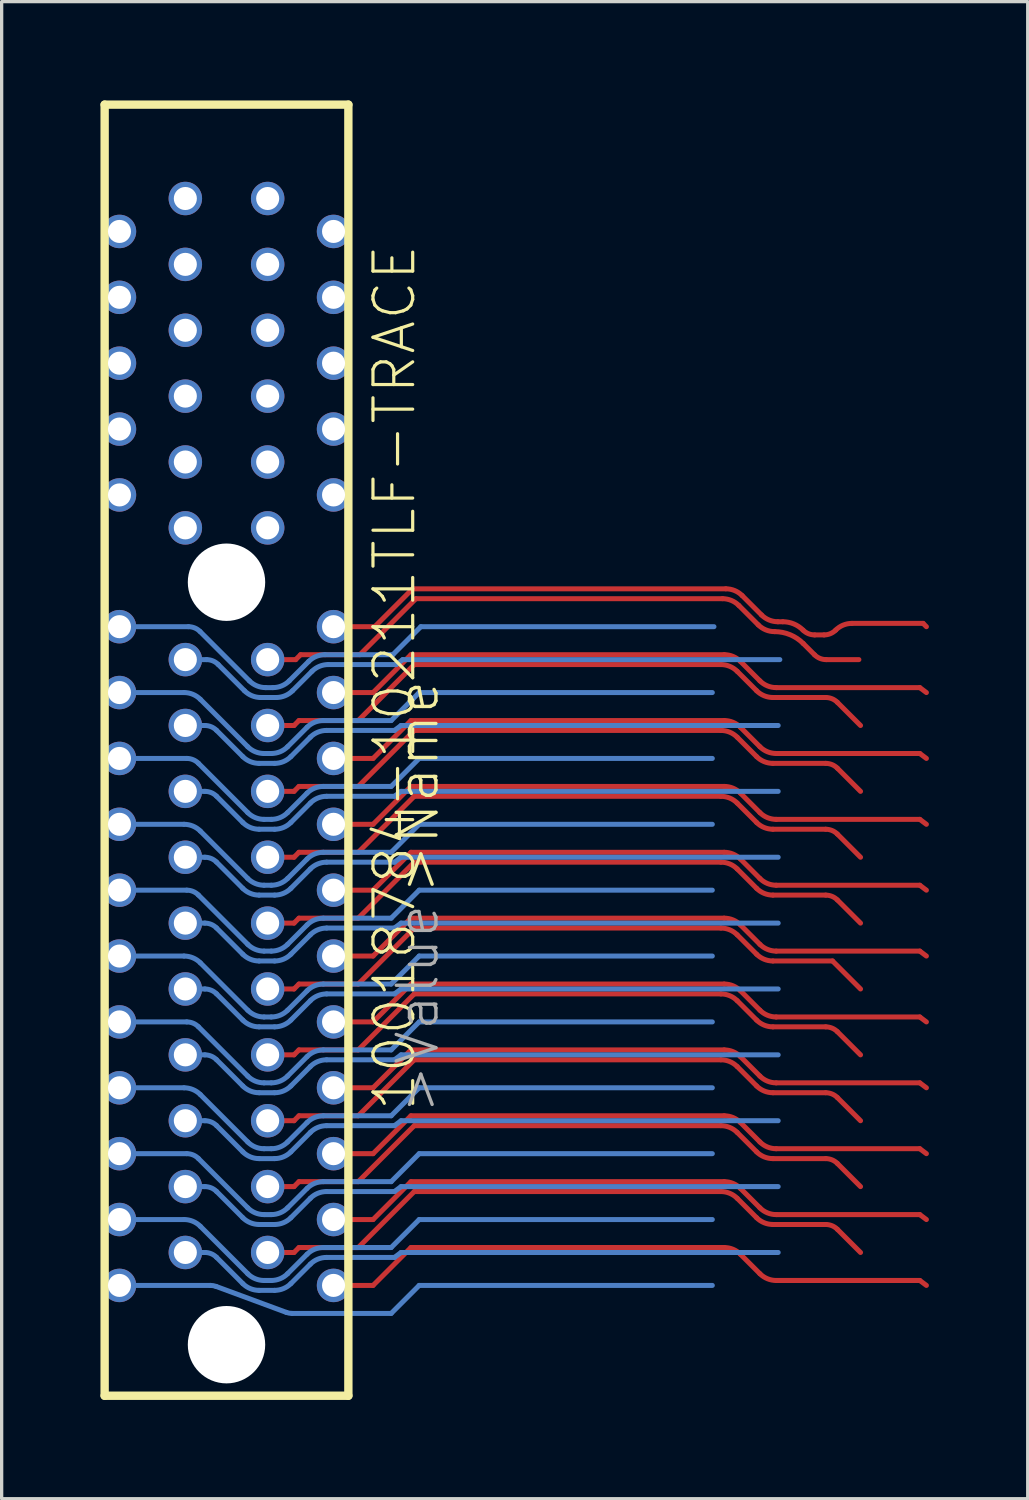
<source format=kicad_pcb>
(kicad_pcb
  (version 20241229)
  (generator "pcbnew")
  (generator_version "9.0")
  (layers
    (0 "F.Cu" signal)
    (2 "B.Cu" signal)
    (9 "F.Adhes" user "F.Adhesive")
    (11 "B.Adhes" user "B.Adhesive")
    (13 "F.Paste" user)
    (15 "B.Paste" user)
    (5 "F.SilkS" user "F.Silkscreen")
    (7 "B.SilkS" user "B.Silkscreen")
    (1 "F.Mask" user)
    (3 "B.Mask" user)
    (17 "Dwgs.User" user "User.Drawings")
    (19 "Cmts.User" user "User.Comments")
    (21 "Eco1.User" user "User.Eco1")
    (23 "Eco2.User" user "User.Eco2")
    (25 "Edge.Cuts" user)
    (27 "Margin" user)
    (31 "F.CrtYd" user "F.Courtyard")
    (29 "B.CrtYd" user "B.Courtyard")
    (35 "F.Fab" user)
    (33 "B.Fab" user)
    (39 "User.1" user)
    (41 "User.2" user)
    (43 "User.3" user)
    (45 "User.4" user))
  (footprint "10018784-10211TLF-TRACE"
    (layer "F.Cu")
    (at 3.827 1.977)
    (property "Reference" "10018784-10211TLF-TRACE" (at 5.1 15.55 90) (layer "F.SilkS") (effects (font (size 1.206 1.206) (thickness 0.097))))
    (attr through_hole)
    (fp_line (start 1.25 17) (end 2.05 17) (stroke (width 0.152) (type solid)) (layer "F.Cu"))
    (fp_line (start 1.25 19) (end 2.05 19) (stroke (width 0.152) (type solid)) (layer "F.Cu"))
    (fp_line (start 1.25 21) (end 2.05 21) (stroke (width 0.152) (type solid)) (layer "F.Cu"))
    (fp_line (start 1.25 23) (end 2.05 23) (stroke (width 0.152) (type solid)) (layer "F.Cu"))
    (fp_line (start 1.25 25) (end 2.05 25) (stroke (width 0.152) (type solid)) (layer "F.Cu"))
    (fp_line (start 1.25 27) (end 2.05 27) (stroke (width 0.152) (type solid)) (layer "F.Cu"))
    (fp_line (start 1.25 29) (end 2.05 29) (stroke (width 0.152) (type solid)) (layer "F.Cu"))
    (fp_line (start 1.25 31) (end 2.05 31) (stroke (width 0.152) (type solid)) (layer "F.Cu"))
    (fp_line (start 1.25 33) (end 2.05 33) (stroke (width 0.152) (type solid)) (layer "F.Cu"))
    (fp_line (start 1.3 15) (end 2.1 15) (stroke (width 0.152) (type solid)) (layer "F.Cu"))
    (fp_line (start 2.05 17) (end 2.2 16.85) (stroke (width 0.152) (type solid)) (layer "F.Cu"))
    (fp_line (start 2.05 19) (end 2.2 18.85) (stroke (width 0.152) (type solid)) (layer "F.Cu"))
    (fp_line (start 2.05 21) (end 2.2 20.85) (stroke (width 0.152) (type solid)) (layer "F.Cu"))
    (fp_line (start 2.05 23) (end 2.2 22.85) (stroke (width 0.152) (type solid)) (layer "F.Cu"))
    (fp_line (start 2.05 25) (end 2.2 24.85) (stroke (width 0.152) (type solid)) (layer "F.Cu"))
    (fp_line (start 2.05 27) (end 2.2 26.85) (stroke (width 0.152) (type solid)) (layer "F.Cu"))
    (fp_line (start 2.05 29) (end 2.2 28.85) (stroke (width 0.152) (type solid)) (layer "F.Cu"))
    (fp_line (start 2.05 31) (end 2.2 30.85) (stroke (width 0.152) (type solid)) (layer "F.Cu"))
    (fp_line (start 2.05 33) (end 2.2 32.85) (stroke (width 0.152) (type solid)) (layer "F.Cu"))
    (fp_line (start 2.1 15) (end 2.25 14.85) (stroke (width 0.152) (type solid)) (layer "F.Cu"))
    (fp_line (start 2.2 16.85) (end 4 16.85) (stroke (width 0.152) (type solid)) (layer "F.Cu"))
    (fp_line (start 2.2 18.85) (end 4 18.85) (stroke (width 0.152) (type solid)) (layer "F.Cu"))
    (fp_line (start 2.2 20.85) (end 4 20.85) (stroke (width 0.152) (type solid)) (layer "F.Cu"))
    (fp_line (start 2.2 22.85) (end 4 22.85) (stroke (width 0.152) (type solid)) (layer "F.Cu"))
    (fp_line (start 2.2 24.85) (end 4 24.85) (stroke (width 0.152) (type solid)) (layer "F.Cu"))
    (fp_line (start 2.2 26.85) (end 4 26.85) (stroke (width 0.152) (type solid)) (layer "F.Cu"))
    (fp_line (start 2.2 28.85) (end 4 28.85) (stroke (width 0.152) (type solid)) (layer "F.Cu"))
    (fp_line (start 2.2 30.85) (end 4 30.85) (stroke (width 0.152) (type solid)) (layer "F.Cu"))
    (fp_line (start 2.2 32.85) (end 4 32.85) (stroke (width 0.152) (type solid)) (layer "F.Cu"))
    (fp_line (start 2.25 14.85) (end 4.05 14.85) (stroke (width 0.152) (type solid)) (layer "F.Cu"))
    (fp_line (start 3.25 16) (end 4.45 16) (stroke (width 0.152) (type solid)) (layer "F.Cu"))
    (fp_line (start 3.25 18) (end 4.45 18) (stroke (width 0.152) (type solid)) (layer "F.Cu"))
    (fp_line (start 3.25 20) (end 4.45 20) (stroke (width 0.152) (type solid)) (layer "F.Cu"))
    (fp_line (start 3.25 22) (end 4.45 22) (stroke (width 0.152) (type solid)) (layer "F.Cu"))
    (fp_line (start 3.25 24) (end 4.45 24) (stroke (width 0.152) (type solid)) (layer "F.Cu"))
    (fp_line (start 3.25 26) (end 4.45 26) (stroke (width 0.152) (type solid)) (layer "F.Cu"))
    (fp_line (start 3.25 28) (end 4.45 28) (stroke (width 0.152) (type solid)) (layer "F.Cu"))
    (fp_line (start 3.25 30) (end 4.45 30) (stroke (width 0.152) (type solid)) (layer "F.Cu"))
    (fp_line (start 3.25 32) (end 4.45 32) (stroke (width 0.152) (type solid)) (layer "F.Cu"))
    (fp_line (start 3.25 34) (end 4.45 34) (stroke (width 0.152) (type solid)) (layer "F.Cu"))
    (fp_line (start 3.3 14) (end 4.5 14) (stroke (width 0.152) (type solid)) (layer "F.Cu"))
    (fp_line (start 4 16.85) (end 5.7 15.15) (stroke (width 0.152) (type solid)) (layer "F.Cu"))
    (fp_line (start 4 18.85) (end 5.7 17.15) (stroke (width 0.152) (type solid)) (layer "F.Cu"))
    (fp_line (start 4 20.85) (end 5.7 19.15) (stroke (width 0.152) (type solid)) (layer "F.Cu"))
    (fp_line (start 4 22.85) (end 5.7 21.15) (stroke (width 0.152) (type solid)) (layer "F.Cu"))
    (fp_line (start 4 24.85) (end 5.7 23.15) (stroke (width 0.152) (type solid)) (layer "F.Cu"))
    (fp_line (start 4 26.85) (end 5.7 25.15) (stroke (width 0.152) (type solid)) (layer "F.Cu"))
    (fp_line (start 4 28.85) (end 5.7 27.15) (stroke (width 0.152) (type solid)) (layer "F.Cu"))
    (fp_line (start 4 30.85) (end 5.7 29.15) (stroke (width 0.152) (type solid)) (layer "F.Cu"))
    (fp_line (start 4 32.85) (end 5.7 31.15) (stroke (width 0.152) (type solid)) (layer "F.Cu"))
    (fp_line (start 4.05 14.85) (end 5.75 13.15) (stroke (width 0.152) (type solid)) (layer "F.Cu"))
    (fp_line (start 4.45 16) (end 5.6 14.85) (stroke (width 0.152) (type solid)) (layer "F.Cu"))
    (fp_line (start 4.45 18) (end 5.6 16.85) (stroke (width 0.152) (type solid)) (layer "F.Cu"))
    (fp_line (start 4.45 20) (end 5.6 18.85) (stroke (width 0.152) (type solid)) (layer "F.Cu"))
    (fp_line (start 4.45 22) (end 5.6 20.85) (stroke (width 0.152) (type solid)) (layer "F.Cu"))
    (fp_line (start 4.45 24) (end 5.6 22.85) (stroke (width 0.152) (type solid)) (layer "F.Cu"))
    (fp_line (start 4.45 26) (end 5.6 24.85) (stroke (width 0.152) (type solid)) (layer "F.Cu"))
    (fp_line (start 4.45 28) (end 5.6 26.85) (stroke (width 0.152) (type solid)) (layer "F.Cu"))
    (fp_line (start 4.45 30) (end 5.6 28.85) (stroke (width 0.152) (type solid)) (layer "F.Cu"))
    (fp_line (start 4.45 32) (end 5.6 30.85) (stroke (width 0.152) (type solid)) (layer "F.Cu"))
    (fp_line (start 4.45 34) (end 5.6 32.85) (stroke (width 0.152) (type solid)) (layer "F.Cu"))
    (fp_line (start 4.5 14) (end 5.65 12.85) (stroke (width 0.152) (type solid)) (layer "F.Cu"))
    (fp_line (start 5.6 14.85) (end 15.11 14.85) (stroke (width 0.152) (type solid)) (layer "F.Cu"))
    (fp_line (start 5.6 16.85) (end 15.11 16.85) (stroke (width 0.152) (type solid)) (layer "F.Cu"))
    (fp_line (start 5.6 18.85) (end 15.11 18.85) (stroke (width 0.152) (type solid)) (layer "F.Cu"))
    (fp_line (start 5.6 20.85) (end 15.11 20.85) (stroke (width 0.152) (type solid)) (layer "F.Cu"))
    (fp_line (start 5.6 22.85) (end 15.11 22.85) (stroke (width 0.152) (type solid)) (layer "F.Cu"))
    (fp_line (start 5.6 24.85) (end 15.11 24.85) (stroke (width 0.152) (type solid)) (layer "F.Cu"))
    (fp_line (start 5.6 26.85) (end 15.11 26.85) (stroke (width 0.152) (type solid)) (layer "F.Cu"))
    (fp_line (start 5.6 28.85) (end 15.11 28.85) (stroke (width 0.152) (type solid)) (layer "F.Cu"))
    (fp_line (start 5.6 30.85) (end 15.11 30.85) (stroke (width 0.152) (type solid)) (layer "F.Cu"))
    (fp_line (start 5.6 32.85) (end 15.11 32.85) (stroke (width 0.152) (type solid)) (layer "F.Cu"))
    (fp_line (start 5.65 12.85) (end 15.16 12.85) (stroke (width 0.152) (type solid)) (layer "F.Cu"))
    (fp_line (start 5.7 15.15) (end 15.01 15.15) (stroke (width 0.152) (type solid)) (layer "F.Cu"))
    (fp_line (start 5.7 17.15) (end 15.01 17.15) (stroke (width 0.152) (type solid)) (layer "F.Cu"))
    (fp_line (start 5.7 19.15) (end 15.01 19.15) (stroke (width 0.152) (type solid)) (layer "F.Cu"))
    (fp_line (start 5.7 21.15) (end 15.01 21.15) (stroke (width 0.152) (type solid)) (layer "F.Cu"))
    (fp_line (start 5.7 23.15) (end 15.01 23.15) (stroke (width 0.152) (type solid)) (layer "F.Cu"))
    (fp_line (start 5.7 25.15) (end 15.01 25.15) (stroke (width 0.152) (type solid)) (layer "F.Cu"))
    (fp_line (start 5.7 27.15) (end 15.01 27.15) (stroke (width 0.152) (type solid)) (layer "F.Cu"))
    (fp_line (start 5.7 29.15) (end 15.01 29.15) (stroke (width 0.152) (type solid)) (layer "F.Cu"))
    (fp_line (start 5.7 31.15) (end 15.01 31.15) (stroke (width 0.152) (type solid)) (layer "F.Cu"))
    (fp_line (start 5.75 13.15) (end 15.06 13.15) (stroke (width 0.152) (type solid)) (layer "F.Cu"))
    (fp_line (start 15.505 15.355) (end 16.095 15.945) (stroke (width 0.152) (type solid)) (layer "F.Cu"))
    (fp_line (start 15.505 17.355) (end 16.095 17.945) (stroke (width 0.152) (type solid)) (layer "F.Cu"))
    (fp_line (start 15.505 19.355) (end 16.095 19.945) (stroke (width 0.152) (type solid)) (layer "F.Cu"))
    (fp_line (start 15.505 21.355) (end 16.095 21.945) (stroke (width 0.152) (type solid)) (layer "F.Cu"))
    (fp_line (start 15.505 23.355) (end 16.095 23.945) (stroke (width 0.152) (type solid)) (layer "F.Cu"))
    (fp_line (start 15.505 25.355) (end 16.095 25.945) (stroke (width 0.152) (type solid)) (layer "F.Cu"))
    (fp_line (start 15.505 27.355) (end 16.095 27.945) (stroke (width 0.152) (type solid)) (layer "F.Cu"))
    (fp_line (start 15.505 29.355) (end 16.095 29.945) (stroke (width 0.152) (type solid)) (layer "F.Cu"))
    (fp_line (start 15.505 31.355) (end 16.095 31.945) (stroke (width 0.152) (type solid)) (layer "F.Cu"))
    (fp_line (start 15.555 13.355) (end 16.145 13.945) (stroke (width 0.152) (type solid)) (layer "F.Cu"))
    (fp_line (start 15.605 15.055) (end 16.195 15.645) (stroke (width 0.152) (type solid)) (layer "F.Cu"))
    (fp_line (start 15.605 17.055) (end 16.195 17.645) (stroke (width 0.152) (type solid)) (layer "F.Cu"))
    (fp_line (start 15.605 19.055) (end 16.195 19.645) (stroke (width 0.152) (type solid)) (layer "F.Cu"))
    (fp_line (start 15.605 21.055) (end 16.195 21.645) (stroke (width 0.152) (type solid)) (layer "F.Cu"))
    (fp_line (start 15.605 23.055) (end 16.195 23.645) (stroke (width 0.152) (type solid)) (layer "F.Cu"))
    (fp_line (start 15.605 25.055) (end 16.195 25.645) (stroke (width 0.152) (type solid)) (layer "F.Cu"))
    (fp_line (start 15.605 27.055) (end 16.195 27.645) (stroke (width 0.152) (type solid)) (layer "F.Cu"))
    (fp_line (start 15.605 29.055) (end 16.195 29.645) (stroke (width 0.152) (type solid)) (layer "F.Cu"))
    (fp_line (start 15.605 31.055) (end 16.195 31.645) (stroke (width 0.152) (type solid)) (layer "F.Cu"))
    (fp_line (start 15.605 33.055) (end 16.195 33.645) (stroke (width 0.152) (type solid)) (layer "F.Cu"))
    (fp_line (start 15.655 13.055) (end 16.245 13.645) (stroke (width 0.152) (type solid)) (layer "F.Cu"))
    (fp_line (start 16.59 16.15) (end 18.193 16.15) (stroke (width 0.152) (type solid)) (layer "F.Cu"))
    (fp_line (start 16.59 18.15) (end 18.193 18.15) (stroke (width 0.152) (type solid)) (layer "F.Cu"))
    (fp_line (start 16.59 20.15) (end 18.193 20.15) (stroke (width 0.152) (type solid)) (layer "F.Cu"))
    (fp_line (start 16.59 22.15) (end 18.193 22.15) (stroke (width 0.152) (type solid)) (layer "F.Cu"))
    (fp_line (start 16.59 24.15) (end 18.4 24.15) (stroke (width 0.152) (type solid)) (layer "F.Cu"))
    (fp_line (start 16.59 26.15) (end 18.193 26.15) (stroke (width 0.152) (type solid)) (layer "F.Cu"))
    (fp_line (start 16.59 28.15) (end 18.193 28.15) (stroke (width 0.152) (type solid)) (layer "F.Cu"))
    (fp_line (start 16.59 30.15) (end 18.193 30.15) (stroke (width 0.152) (type solid)) (layer "F.Cu"))
    (fp_line (start 16.59 32.15) (end 18.193 32.15) (stroke (width 0.152) (type solid)) (layer "F.Cu"))
    (fp_line (start 16.69 15.85) (end 21.05 15.85) (stroke (width 0.152) (type solid)) (layer "F.Cu"))
    (fp_line (start 16.69 17.85) (end 21.05 17.85) (stroke (width 0.152) (type solid)) (layer "F.Cu"))
    (fp_line (start 16.69 19.85) (end 21.05 19.85) (stroke (width 0.152) (type solid)) (layer "F.Cu"))
    (fp_line (start 16.69 21.85) (end 21.05 21.85) (stroke (width 0.152) (type solid)) (layer "F.Cu"))
    (fp_line (start 16.69 23.85) (end 21.05 23.85) (stroke (width 0.152) (type solid)) (layer "F.Cu"))
    (fp_line (start 16.69 25.85) (end 21.05 25.85) (stroke (width 0.152) (type solid)) (layer "F.Cu"))
    (fp_line (start 16.69 27.85) (end 21.05 27.85) (stroke (width 0.152) (type solid)) (layer "F.Cu"))
    (fp_line (start 16.69 29.85) (end 21.05 29.85) (stroke (width 0.152) (type solid)) (layer "F.Cu"))
    (fp_line (start 16.69 31.85) (end 21.05 31.85) (stroke (width 0.152) (type solid)) (layer "F.Cu"))
    (fp_line (start 16.69 33.85) (end 21.05 33.85) (stroke (width 0.152) (type solid)) (layer "F.Cu"))
    (fp_line (start 16.74 13.85) (end 16.891 13.85) (stroke (width 0.152) (type solid)) (layer "F.Cu"))
    (fp_line (start 17.511 14.511) (end 17.854 14.854) (stroke (width 0.152) (type solid)) (layer "F.Cu"))
    (fp_line (start 17.857 14.25) (end 18.143 14.25) (stroke (width 0.152) (type solid)) (layer "F.Cu"))
    (fp_line (start 18.207 15) (end 19.2 15) (stroke (width 0.152) (type solid)) (layer "F.Cu"))
    (fp_line (start 18.4 24.15) (end 19.25 25) (stroke (width 0.152) (type solid)) (layer "F.Cu"))
    (fp_line (start 18.546 16.296) (end 19.25 17) (stroke (width 0.152) (type solid)) (layer "F.Cu"))
    (fp_line (start 18.546 18.296) (end 19.25 19) (stroke (width 0.152) (type solid)) (layer "F.Cu"))
    (fp_line (start 18.546 20.296) (end 19.25 21) (stroke (width 0.152) (type solid)) (layer "F.Cu"))
    (fp_line (start 18.546 22.296) (end 19.25 23) (stroke (width 0.152) (type solid)) (layer "F.Cu"))
    (fp_line (start 18.546 26.296) (end 19.25 27) (stroke (width 0.152) (type solid)) (layer "F.Cu"))
    (fp_line (start 18.546 28.296) (end 19.25 29) (stroke (width 0.152) (type solid)) (layer "F.Cu"))
    (fp_line (start 18.546 30.296) (end 19.25 31) (stroke (width 0.152) (type solid)) (layer "F.Cu"))
    (fp_line (start 18.546 32.296) (end 19.25 33) (stroke (width 0.152) (type solid)) (layer "F.Cu"))
    (fp_line (start 18.988 13.9) (end 21.15 13.9) (stroke (width 0.152) (type solid)) (layer "F.Cu"))
    (fp_line (start 21.05 15.85) (end 21.25 16) (stroke (width 0.152) (type solid)) (layer "F.Cu"))
    (fp_line (start 21.05 17.85) (end 21.25 18) (stroke (width 0.152) (type solid)) (layer "F.Cu"))
    (fp_line (start 21.05 19.85) (end 21.25 20) (stroke (width 0.152) (type solid)) (layer "F.Cu"))
    (fp_line (start 21.05 21.85) (end 21.25 22) (stroke (width 0.152) (type solid)) (layer "F.Cu"))
    (fp_line (start 21.05 23.85) (end 21.25 24) (stroke (width 0.152) (type solid)) (layer "F.Cu"))
    (fp_line (start 21.05 25.85) (end 21.25 26) (stroke (width 0.152) (type solid)) (layer "F.Cu"))
    (fp_line (start 21.05 27.85) (end 21.25 28) (stroke (width 0.152) (type solid)) (layer "F.Cu"))
    (fp_line (start 21.05 29.85) (end 21.25 30) (stroke (width 0.152) (type solid)) (layer "F.Cu"))
    (fp_line (start 21.05 31.85) (end 21.25 32) (stroke (width 0.152) (type solid)) (layer "F.Cu"))
    (fp_line (start 21.05 33.85) (end 21.25 34) (stroke (width 0.152) (type solid)) (layer "F.Cu"))
    (fp_line (start 21.15 13.9) (end 21.25 14) (stroke (width 0.152) (type solid)) (layer "F.Cu"))
    (fp_arc (start 15.01005 15.15) (mid 15.277928 15.203285) (end 15.505024 15.355026) (stroke (width 0.1524) (type solid)) (layer "F.Cu"))
    (fp_arc (start 15.01005 17.15) (mid 15.277928 17.203285) (end 15.505024 17.355026) (stroke (width 0.1524) (type solid)) (layer "F.Cu"))
    (fp_arc (start 15.01005 19.15) (mid 15.277928 19.203285) (end 15.505024 19.355026) (stroke (width 0.1524) (type solid)) (layer "F.Cu"))
    (fp_arc (start 15.01005 21.15) (mid 15.277928 21.203285) (end 15.505024 21.355026) (stroke (width 0.1524) (type solid)) (layer "F.Cu"))
    (fp_arc (start 15.01005 23.15) (mid 15.277928 23.203285) (end 15.505024 23.355026) (stroke (width 0.1524) (type solid)) (layer "F.Cu"))
    (fp_arc (start 15.01005 25.15) (mid 15.277928 25.203285) (end 15.505024 25.355026) (stroke (width 0.1524) (type solid)) (layer "F.Cu"))
    (fp_arc (start 15.01005 27.15) (mid 15.277928 27.203285) (end 15.505024 27.355026) (stroke (width 0.1524) (type solid)) (layer "F.Cu"))
    (fp_arc (start 15.01005 29.15) (mid 15.277928 29.203285) (end 15.505024 29.355026) (stroke (width 0.1524) (type solid)) (layer "F.Cu"))
    (fp_arc (start 15.01005 31.15) (mid 15.277928 31.203285) (end 15.505024 31.355026) (stroke (width 0.1524) (type solid)) (layer "F.Cu"))
    (fp_arc (start 15.06005 13.15) (mid 15.327928 13.203285) (end 15.555024 13.355026) (stroke (width 0.1524) (type solid)) (layer "F.Cu"))
    (fp_arc (start 15.11005 14.85) (mid 15.377928 14.903285) (end 15.605024 15.055026) (stroke (width 0.1524) (type solid)) (layer "F.Cu"))
    (fp_arc (start 15.11005 16.85) (mid 15.377928 16.903285) (end 15.605024 17.055026) (stroke (width 0.1524) (type solid)) (layer "F.Cu"))
    (fp_arc (start 15.11005 18.85) (mid 15.377928 18.903285) (end 15.605024 19.055026) (stroke (width 0.1524) (type solid)) (layer "F.Cu"))
    (fp_arc (start 15.11005 20.85) (mid 15.377928 20.903285) (end 15.605024 21.055026) (stroke (width 0.1524) (type solid)) (layer "F.Cu"))
    (fp_arc (start 15.11005 22.85) (mid 15.377928 22.903285) (end 15.605024 23.055026) (stroke (width 0.1524) (type solid)) (layer "F.Cu"))
    (fp_arc (start 15.11005 24.85) (mid 15.377928 24.903285) (end 15.605024 25.055026) (stroke (width 0.1524) (type solid)) (layer "F.Cu"))
    (fp_arc (start 15.11005 26.85) (mid 15.377928 26.903285) (end 15.605024 27.055026) (stroke (width 0.1524) (type solid)) (layer "F.Cu"))
    (fp_arc (start 15.11005 28.85) (mid 15.377928 28.903285) (end 15.605024 29.055026) (stroke (width 0.1524) (type solid)) (layer "F.Cu"))
    (fp_arc (start 15.11005 30.85) (mid 15.377928 30.903285) (end 15.605024 31.055026) (stroke (width 0.1524) (type solid)) (layer "F.Cu"))
    (fp_arc (start 15.11005 32.85) (mid 15.377928 32.903285) (end 15.605024 33.055026) (stroke (width 0.1524) (type solid)) (layer "F.Cu"))
    (fp_arc (start 15.16005 12.85) (mid 15.427928 12.903285) (end 15.655024 13.055026) (stroke (width 0.1524) (type solid)) (layer "F.Cu"))
    (fp_arc (start 16.58995 16.149999) (mid 16.322072 16.096715) (end 16.094975 15.944975) (stroke (width 0.1524) (type solid)) (layer "F.Cu"))
    (fp_arc (start 16.58995 18.149999) (mid 16.322072 18.096715) (end 16.094975 17.944975) (stroke (width 0.1524) (type solid)) (layer "F.Cu"))
    (fp_arc (start 16.58995 20.149999) (mid 16.322072 20.096715) (end 16.094975 19.944975) (stroke (width 0.1524) (type solid)) (layer "F.Cu"))
    (fp_arc (start 16.58995 22.149999) (mid 16.322072 22.096715) (end 16.094975 21.944975) (stroke (width 0.1524) (type solid)) (layer "F.Cu"))
    (fp_arc (start 16.58995 24.149999) (mid 16.322072 24.096715) (end 16.094975 23.944975) (stroke (width 0.1524) (type solid)) (layer "F.Cu"))
    (fp_arc (start 16.58995 26.149999) (mid 16.322072 26.096715) (end 16.094975 25.944975) (stroke (width 0.1524) (type solid)) (layer "F.Cu"))
    (fp_arc (start 16.58995 28.149999) (mid 16.322072 28.096715) (end 16.094975 27.944975) (stroke (width 0.1524) (type solid)) (layer "F.Cu"))
    (fp_arc (start 16.58995 30.149999) (mid 16.322072 30.096715) (end 16.094975 29.944975) (stroke (width 0.1524) (type solid)) (layer "F.Cu"))
    (fp_arc (start 16.58995 32.149999) (mid 16.322072 32.096715) (end 16.094975 31.944975) (stroke (width 0.1524) (type solid)) (layer "F.Cu"))
    (fp_arc (start 16.63995 14.149999) (mid 16.372072 14.096715) (end 16.144975 13.944975) (stroke (width 0.1524) (type solid)) (layer "F.Cu"))
    (fp_arc (start 16.63995 14.15) (mid 17.111174 14.243732) (end 17.510658 14.510659) (stroke (width 0.1524) (type solid)) (layer "F.Cu"))
    (fp_arc (start 16.68995 15.849999) (mid 16.422072 15.796715) (end 16.194975 15.644975) (stroke (width 0.1524) (type solid)) (layer "F.Cu"))
    (fp_arc (start 16.68995 17.849999) (mid 16.422072 17.796715) (end 16.194975 17.644975) (stroke (width 0.1524) (type solid)) (layer "F.Cu"))
    (fp_arc (start 16.68995 19.849999) (mid 16.422072 19.796715) (end 16.194975 19.644975) (stroke (width 0.1524) (type solid)) (layer "F.Cu"))
    (fp_arc (start 16.68995 21.849999) (mid 16.422072 21.796715) (end 16.194975 21.644975) (stroke (width 0.1524) (type solid)) (layer "F.Cu"))
    (fp_arc (start 16.68995 23.849999) (mid 16.422072 23.796715) (end 16.194975 23.644975) (stroke (width 0.1524) (type solid)) (layer "F.Cu"))
    (fp_arc (start 16.68995 25.849999) (mid 16.422072 25.796715) (end 16.194975 25.644975) (stroke (width 0.1524) (type solid)) (layer "F.Cu"))
    (fp_arc (start 16.68995 27.849999) (mid 16.422072 27.796715) (end 16.194975 27.644975) (stroke (width 0.1524) (type solid)) (layer "F.Cu"))
    (fp_arc (start 16.68995 29.849999) (mid 16.422072 29.796715) (end 16.194975 29.644975) (stroke (width 0.1524) (type solid)) (layer "F.Cu"))
    (fp_arc (start 16.68995 31.849999) (mid 16.422072 31.796715) (end 16.194975 31.644975) (stroke (width 0.1524) (type solid)) (layer "F.Cu"))
    (fp_arc (start 16.68995 33.849999) (mid 16.422072 33.796715) (end 16.194975 33.644975) (stroke (width 0.1524) (type solid)) (layer "F.Cu"))
    (fp_arc (start 16.73995 13.849999) (mid 16.472072 13.796715) (end 16.244975 13.644975) (stroke (width 0.1524) (type solid)) (layer "F.Cu"))
    (fp_arc (start 16.891421 13.85) (mid 17.222704 13.915896) (end 17.503552 14.103553) (stroke (width 0.1524) (type solid)) (layer "F.Cu"))
    (fp_arc (start 17.857107 14.249999) (mid 17.665765 14.211939) (end 17.503553 14.103553) (stroke (width 0.1524) (type solid)) (layer "F.Cu"))
    (fp_arc (start 18.192893 16.15) (mid 18.384234 16.18806) (end 18.546446 16.296446) (stroke (width 0.1524) (type solid)) (layer "F.Cu"))
    (fp_arc (start 18.192893 18.15) (mid 18.384234 18.18806) (end 18.546446 18.296446) (stroke (width 0.1524) (type solid)) (layer "F.Cu"))
    (fp_arc (start 18.192893 20.15) (mid 18.384234 20.18806) (end 18.546446 20.296446) (stroke (width 0.1524) (type solid)) (layer "F.Cu"))
    (fp_arc (start 18.192893 22.15) (mid 18.384234 22.18806) (end 18.546446 22.296446) (stroke (width 0.1524) (type solid)) (layer "F.Cu"))
    (fp_arc (start 18.192893 26.15) (mid 18.384234 26.18806) (end 18.546446 26.296446) (stroke (width 0.1524) (type solid)) (layer "F.Cu"))
    (fp_arc (start 18.192893 28.15) (mid 18.384234 28.18806) (end 18.546446 28.296446) (stroke (width 0.1524) (type solid)) (layer "F.Cu"))
    (fp_arc (start 18.192893 30.15) (mid 18.384234 30.18806) (end 18.546446 30.296446) (stroke (width 0.1524) (type solid)) (layer "F.Cu"))
    (fp_arc (start 18.192893 32.15) (mid 18.384234 32.18806) (end 18.546446 32.296446) (stroke (width 0.1524) (type solid)) (layer "F.Cu"))
    (fp_arc (start 18.207107 14.999999) (mid 18.015765 14.961939) (end 17.853553 14.853553) (stroke (width 0.1524) (type solid)) (layer "F.Cu"))
    (fp_arc (start 18.496446 14.103553) (mid 18.721912 13.952902) (end 18.987867 13.9) (stroke (width 0.1524) (type solid)) (layer "F.Cu"))
    (fp_arc (start 18.496447 14.103552) (mid 18.334235 14.211939) (end 18.142893 14.25) (stroke (width 0.1524) (type solid)) (layer "F.Cu"))
    (fp_line (start -3.25 16) (end -1.29 16) (stroke (width 0.152) (type solid)) (layer "B.Cu"))
    (fp_line (start -3.25 18) (end -1.207 18) (stroke (width 0.152) (type solid)) (layer "B.Cu"))
    (fp_line (start -3.25 20) (end -1.29 20) (stroke (width 0.152) (type solid)) (layer "B.Cu"))
    (fp_line (start -3.25 22) (end -1.207 22) (stroke (width 0.152) (type solid)) (layer "B.Cu"))
    (fp_line (start -3.25 24) (end -1.29 24) (stroke (width 0.152) (type solid)) (layer "B.Cu"))
    (fp_line (start -3.25 26) (end -1.207 26) (stroke (width 0.152) (type solid)) (layer "B.Cu"))
    (fp_line (start -3.25 28) (end -1.29 28) (stroke (width 0.152) (type solid)) (layer "B.Cu"))
    (fp_line (start -3.25 30) (end -1.207 30) (stroke (width 0.152) (type solid)) (layer "B.Cu"))
    (fp_line (start -3.25 32) (end -1.29 32) (stroke (width 0.152) (type solid)) (layer "B.Cu"))
    (fp_line (start -3.25 34) (end -0.489 34) (stroke (width 0.152) (type solid)) (layer "B.Cu"))
    (fp_line (start -3.2 14) (end -1.157 14) (stroke (width 0.152) (type solid)) (layer "B.Cu"))
    (fp_line (start -1.25 17) (end -0.657 17) (stroke (width 0.152) (type solid)) (layer "B.Cu"))
    (fp_line (start -1.25 19) (end -0.657 19) (stroke (width 0.152) (type solid)) (layer "B.Cu"))
    (fp_line (start -1.25 21) (end -0.657 21) (stroke (width 0.152) (type solid)) (layer "B.Cu"))
    (fp_line (start -1.25 23) (end -0.657 23) (stroke (width 0.152) (type solid)) (layer "B.Cu"))
    (fp_line (start -1.25 25) (end -0.657 25) (stroke (width 0.152) (type solid)) (layer "B.Cu"))
    (fp_line (start -1.25 27) (end -0.657 27) (stroke (width 0.152) (type solid)) (layer "B.Cu"))
    (fp_line (start -1.25 29) (end -0.657 29) (stroke (width 0.152) (type solid)) (layer "B.Cu"))
    (fp_line (start -1.25 31) (end -0.657 31) (stroke (width 0.152) (type solid)) (layer "B.Cu"))
    (fp_line (start -1.25 33) (end -0.657 33) (stroke (width 0.152) (type solid)) (layer "B.Cu"))
    (fp_line (start -1.2 15) (end -0.607 15) (stroke (width 0.152) (type solid)) (layer "B.Cu"))
    (fp_line (start -0.854 18.146) (end 0.645 19.645) (stroke (width 0.152) (type solid)) (layer "B.Cu"))
    (fp_line (start -0.854 22.146) (end 0.645 23.645) (stroke (width 0.152) (type solid)) (layer "B.Cu"))
    (fp_line (start -0.854 26.146) (end 0.645 27.645) (stroke (width 0.152) (type solid)) (layer "B.Cu"))
    (fp_line (start -0.854 30.146) (end 0.645 31.645) (stroke (width 0.152) (type solid)) (layer "B.Cu"))
    (fp_line (start -0.804 14.146) (end 0.695 15.645) (stroke (width 0.152) (type solid)) (layer "B.Cu"))
    (fp_line (start -0.795 16.205) (end 0.645 17.645) (stroke (width 0.152) (type solid)) (layer "B.Cu"))
    (fp_line (start -0.795 20.205) (end 0.645 21.645) (stroke (width 0.152) (type solid)) (layer "B.Cu"))
    (fp_line (start -0.795 24.205) (end 0.645 25.645) (stroke (width 0.152) (type solid)) (layer "B.Cu"))
    (fp_line (start -0.795 28.205) (end 0.645 29.645) (stroke (width 0.152) (type solid)) (layer "B.Cu"))
    (fp_line (start -0.795 32.205) (end 0.645 33.645) (stroke (width 0.152) (type solid)) (layer "B.Cu"))
    (fp_line (start -0.316 34.031) (end 1.816 34.819) (stroke (width 0.152) (type solid)) (layer "B.Cu"))
    (fp_line (start -0.304 17.146) (end 0.495 17.945) (stroke (width 0.152) (type solid)) (layer "B.Cu"))
    (fp_line (start -0.304 19.146) (end 0.495 19.945) (stroke (width 0.152) (type solid)) (layer "B.Cu"))
    (fp_line (start -0.304 21.146) (end 0.495 21.945) (stroke (width 0.152) (type solid)) (layer "B.Cu"))
    (fp_line (start -0.304 23.146) (end 0.495 23.945) (stroke (width 0.152) (type solid)) (layer "B.Cu"))
    (fp_line (start -0.304 25.146) (end 0.495 25.945) (stroke (width 0.152) (type solid)) (layer "B.Cu"))
    (fp_line (start -0.304 27.146) (end 0.495 27.945) (stroke (width 0.152) (type solid)) (layer "B.Cu"))
    (fp_line (start -0.304 29.146) (end 0.495 29.945) (stroke (width 0.152) (type solid)) (layer "B.Cu"))
    (fp_line (start -0.304 31.146) (end 0.495 31.945) (stroke (width 0.152) (type solid)) (layer "B.Cu"))
    (fp_line (start -0.304 33.146) (end 0.495 33.945) (stroke (width 0.152) (type solid)) (layer "B.Cu"))
    (fp_line (start -0.254 15.146) (end 0.545 15.945) (stroke (width 0.152) (type solid)) (layer "B.Cu"))
    (fp_line (start 0.99 18.15) (end 1.46 18.15) (stroke (width 0.152) (type solid)) (layer "B.Cu"))
    (fp_line (start 0.99 20.15) (end 1.46 20.15) (stroke (width 0.152) (type solid)) (layer "B.Cu"))
    (fp_line (start 0.99 22.15) (end 1.46 22.15) (stroke (width 0.152) (type solid)) (layer "B.Cu"))
    (fp_line (start 0.99 24.15) (end 1.46 24.15) (stroke (width 0.152) (type solid)) (layer "B.Cu"))
    (fp_line (start 0.99 26.15) (end 1.46 26.15) (stroke (width 0.152) (type solid)) (layer "B.Cu"))
    (fp_line (start 0.99 28.15) (end 1.46 28.15) (stroke (width 0.152) (type solid)) (layer "B.Cu"))
    (fp_line (start 0.99 30.15) (end 1.46 30.15) (stroke (width 0.152) (type solid)) (layer "B.Cu"))
    (fp_line (start 0.99 32.15) (end 1.46 32.15) (stroke (width 0.152) (type solid)) (layer "B.Cu"))
    (fp_line (start 0.99 34.15) (end 1.46 34.15) (stroke (width 0.152) (type solid)) (layer "B.Cu"))
    (fp_line (start 1.04 16.15) (end 1.51 16.15) (stroke (width 0.152) (type solid)) (layer "B.Cu"))
    (fp_line (start 1.14 17.85) (end 1.36 17.85) (stroke (width 0.152) (type solid)) (layer "B.Cu"))
    (fp_line (start 1.14 19.85) (end 1.36 19.85) (stroke (width 0.152) (type solid)) (layer "B.Cu"))
    (fp_line (start 1.14 21.85) (end 1.36 21.85) (stroke (width 0.152) (type solid)) (layer "B.Cu"))
    (fp_line (start 1.14 23.85) (end 1.36 23.85) (stroke (width 0.152) (type solid)) (layer "B.Cu"))
    (fp_line (start 1.14 25.85) (end 1.36 25.85) (stroke (width 0.152) (type solid)) (layer "B.Cu"))
    (fp_line (start 1.14 27.85) (end 1.36 27.85) (stroke (width 0.152) (type solid)) (layer "B.Cu"))
    (fp_line (start 1.14 29.85) (end 1.36 29.85) (stroke (width 0.152) (type solid)) (layer "B.Cu"))
    (fp_line (start 1.14 31.85) (end 1.36 31.85) (stroke (width 0.152) (type solid)) (layer "B.Cu"))
    (fp_line (start 1.14 33.85) (end 1.36 33.85) (stroke (width 0.152) (type solid)) (layer "B.Cu"))
    (fp_line (start 1.19 15.85) (end 1.41 15.85) (stroke (width 0.152) (type solid)) (layer "B.Cu"))
    (fp_line (start 1.855 17.645) (end 2.445 17.055) (stroke (width 0.152) (type solid)) (layer "B.Cu"))
    (fp_line (start 1.855 19.645) (end 2.445 19.055) (stroke (width 0.152) (type solid)) (layer "B.Cu"))
    (fp_line (start 1.855 21.645) (end 2.445 21.055) (stroke (width 0.152) (type solid)) (layer "B.Cu"))
    (fp_line (start 1.855 23.645) (end 2.445 23.055) (stroke (width 0.152) (type solid)) (layer "B.Cu"))
    (fp_line (start 1.855 25.645) (end 2.445 25.055) (stroke (width 0.152) (type solid)) (layer "B.Cu"))
    (fp_line (start 1.855 27.645) (end 2.445 27.055) (stroke (width 0.152) (type solid)) (layer "B.Cu"))
    (fp_line (start 1.855 29.645) (end 2.445 29.055) (stroke (width 0.152) (type solid)) (layer "B.Cu"))
    (fp_line (start 1.855 31.645) (end 2.445 31.055) (stroke (width 0.152) (type solid)) (layer "B.Cu"))
    (fp_line (start 1.855 33.645) (end 2.445 33.055) (stroke (width 0.152) (type solid)) (layer "B.Cu"))
    (fp_line (start 1.905 15.645) (end 2.495 15.055) (stroke (width 0.152) (type solid)) (layer "B.Cu"))
    (fp_line (start 1.955 17.945) (end 2.545 17.355) (stroke (width 0.152) (type solid)) (layer "B.Cu"))
    (fp_line (start 1.955 19.945) (end 2.545 19.355) (stroke (width 0.152) (type solid)) (layer "B.Cu"))
    (fp_line (start 1.955 21.945) (end 2.545 21.355) (stroke (width 0.152) (type solid)) (layer "B.Cu"))
    (fp_line (start 1.955 23.945) (end 2.545 23.355) (stroke (width 0.152) (type solid)) (layer "B.Cu"))
    (fp_line (start 1.955 25.945) (end 2.545 25.355) (stroke (width 0.152) (type solid)) (layer "B.Cu"))
    (fp_line (start 1.955 27.945) (end 2.545 27.355) (stroke (width 0.152) (type solid)) (layer "B.Cu"))
    (fp_line (start 1.955 29.945) (end 2.545 29.355) (stroke (width 0.152) (type solid)) (layer "B.Cu"))
    (fp_line (start 1.955 31.945) (end 2.545 31.355) (stroke (width 0.152) (type solid)) (layer "B.Cu"))
    (fp_line (start 1.955 33.945) (end 2.545 33.355) (stroke (width 0.152) (type solid)) (layer "B.Cu"))
    (fp_line (start 1.989 34.85) (end 5 34.85) (stroke (width 0.152) (type solid)) (layer "B.Cu"))
    (fp_line (start 2.005 15.945) (end 2.595 15.355) (stroke (width 0.152) (type solid)) (layer "B.Cu"))
    (fp_line (start 2.94 16.85) (end 5 16.85) (stroke (width 0.152) (type solid)) (layer "B.Cu"))
    (fp_line (start 2.94 18.85) (end 5 18.85) (stroke (width 0.152) (type solid)) (layer "B.Cu"))
    (fp_line (start 2.94 20.85) (end 5 20.85) (stroke (width 0.152) (type solid)) (layer "B.Cu"))
    (fp_line (start 2.94 22.85) (end 5 22.85) (stroke (width 0.152) (type solid)) (layer "B.Cu"))
    (fp_line (start 2.94 24.85) (end 5 24.85) (stroke (width 0.152) (type solid)) (layer "B.Cu"))
    (fp_line (start 2.94 26.85) (end 5 26.85) (stroke (width 0.152) (type solid)) (layer "B.Cu"))
    (fp_line (start 2.94 28.85) (end 5 28.85) (stroke (width 0.152) (type solid)) (layer "B.Cu"))
    (fp_line (start 2.94 30.85) (end 5 30.85) (stroke (width 0.152) (type solid)) (layer "B.Cu"))
    (fp_line (start 2.94 32.85) (end 5 32.85) (stroke (width 0.152) (type solid)) (layer "B.Cu"))
    (fp_line (start 2.99 14.85) (end 5.05 14.85) (stroke (width 0.152) (type solid)) (layer "B.Cu"))
    (fp_line (start 3.04 17.15) (end 5.1 17.15) (stroke (width 0.152) (type solid)) (layer "B.Cu"))
    (fp_line (start 3.04 19.15) (end 5.1 19.15) (stroke (width 0.152) (type solid)) (layer "B.Cu"))
    (fp_line (start 3.04 21.15) (end 5.1 21.15) (stroke (width 0.152) (type solid)) (layer "B.Cu"))
    (fp_line (start 3.04 23.15) (end 5.1 23.15) (stroke (width 0.152) (type solid)) (layer "B.Cu"))
    (fp_line (start 3.04 25.15) (end 5.1 25.15) (stroke (width 0.152) (type solid)) (layer "B.Cu"))
    (fp_line (start 3.04 27.15) (end 5.1 27.15) (stroke (width 0.152) (type solid)) (layer "B.Cu"))
    (fp_line (start 3.04 29.15) (end 5.1 29.15) (stroke (width 0.152) (type solid)) (layer "B.Cu"))
    (fp_line (start 3.04 31.15) (end 5.1 31.15) (stroke (width 0.152) (type solid)) (layer "B.Cu"))
    (fp_line (start 3.04 33.15) (end 5.1 33.15) (stroke (width 0.152) (type solid)) (layer "B.Cu"))
    (fp_line (start 3.09 15.15) (end 5.15 15.15) (stroke (width 0.152) (type solid)) (layer "B.Cu"))
    (fp_line (start 5 16.85) (end 5.85 16) (stroke (width 0.152) (type solid)) (layer "B.Cu"))
    (fp_line (start 5 18.85) (end 5.85 18) (stroke (width 0.152) (type solid)) (layer "B.Cu"))
    (fp_line (start 5 20.85) (end 5.85 20) (stroke (width 0.152) (type solid)) (layer "B.Cu"))
    (fp_line (start 5 22.85) (end 5.85 22) (stroke (width 0.152) (type solid)) (layer "B.Cu"))
    (fp_line (start 5 24.85) (end 5.85 24) (stroke (width 0.152) (type solid)) (layer "B.Cu"))
    (fp_line (start 5 26.85) (end 5.85 26) (stroke (width 0.152) (type solid)) (layer "B.Cu"))
    (fp_line (start 5 28.85) (end 5.85 28) (stroke (width 0.152) (type solid)) (layer "B.Cu"))
    (fp_line (start 5 30.85) (end 5.85 30) (stroke (width 0.152) (type solid)) (layer "B.Cu"))
    (fp_line (start 5 32.85) (end 5.85 32) (stroke (width 0.152) (type solid)) (layer "B.Cu"))
    (fp_line (start 5 34.85) (end 5.85 34) (stroke (width 0.152) (type solid)) (layer "B.Cu"))
    (fp_line (start 5.05 14.85) (end 5.9 14) (stroke (width 0.152) (type solid)) (layer "B.Cu"))
    (fp_line (start 5.1 17.15) (end 5.3 17) (stroke (width 0.152) (type solid)) (layer "B.Cu"))
    (fp_line (start 5.1 19.15) (end 5.3 19) (stroke (width 0.152) (type solid)) (layer "B.Cu"))
    (fp_line (start 5.1 21.15) (end 5.3 21) (stroke (width 0.152) (type solid)) (layer "B.Cu"))
    (fp_line (start 5.1 23.15) (end 5.3 23) (stroke (width 0.152) (type solid)) (layer "B.Cu"))
    (fp_line (start 5.1 25.15) (end 5.3 25) (stroke (width 0.152) (type solid)) (layer "B.Cu"))
    (fp_line (start 5.1 27.15) (end 5.3 27) (stroke (width 0.152) (type solid)) (layer "B.Cu"))
    (fp_line (start 5.1 29.15) (end 5.3 29) (stroke (width 0.152) (type solid)) (layer "B.Cu"))
    (fp_line (start 5.1 31.15) (end 5.3 31) (stroke (width 0.152) (type solid)) (layer "B.Cu"))
    (fp_line (start 5.1 33.15) (end 5.3 33) (stroke (width 0.152) (type solid)) (layer "B.Cu"))
    (fp_line (start 5.15 15.15) (end 5.35 15) (stroke (width 0.152) (type solid)) (layer "B.Cu"))
    (fp_line (start 5.3 17) (end 16.75 17) (stroke (width 0.152) (type solid)) (layer "B.Cu"))
    (fp_line (start 5.3 19) (end 16.75 19) (stroke (width 0.152) (type solid)) (layer "B.Cu"))
    (fp_line (start 5.3 21) (end 16.75 21) (stroke (width 0.152) (type solid)) (layer "B.Cu"))
    (fp_line (start 5.3 23) (end 16.75 23) (stroke (width 0.152) (type solid)) (layer "B.Cu"))
    (fp_line (start 5.3 25) (end 16.75 25) (stroke (width 0.152) (type solid)) (layer "B.Cu"))
    (fp_line (start 5.3 27) (end 16.75 27) (stroke (width 0.152) (type solid)) (layer "B.Cu"))
    (fp_line (start 5.3 29) (end 16.75 29) (stroke (width 0.152) (type solid)) (layer "B.Cu"))
    (fp_line (start 5.3 31) (end 16.75 31) (stroke (width 0.152) (type solid)) (layer "B.Cu"))
    (fp_line (start 5.3 33) (end 16.75 33) (stroke (width 0.152) (type solid)) (layer "B.Cu"))
    (fp_line (start 5.35 15) (end 16.8 15) (stroke (width 0.152) (type solid)) (layer "B.Cu"))
    (fp_line (start 5.85 16) (end 14.75 16) (stroke (width 0.152) (type solid)) (layer "B.Cu"))
    (fp_line (start 5.85 18) (end 14.75 18) (stroke (width 0.152) (type solid)) (layer "B.Cu"))
    (fp_line (start 5.85 20) (end 14.75 20) (stroke (width 0.152) (type solid)) (layer "B.Cu"))
    (fp_line (start 5.85 22) (end 14.75 22) (stroke (width 0.152) (type solid)) (layer "B.Cu"))
    (fp_line (start 5.85 24) (end 14.75 24) (stroke (width 0.152) (type solid)) (layer "B.Cu"))
    (fp_line (start 5.85 26) (end 14.75 26) (stroke (width 0.152) (type solid)) (layer "B.Cu"))
    (fp_line (start 5.85 28) (end 14.75 28) (stroke (width 0.152) (type solid)) (layer "B.Cu"))
    (fp_line (start 5.85 30) (end 14.75 30) (stroke (width 0.152) (type solid)) (layer "B.Cu"))
    (fp_line (start 5.85 32) (end 14.75 32) (stroke (width 0.152) (type solid)) (layer "B.Cu"))
    (fp_line (start 5.85 34) (end 14.75 34) (stroke (width 0.152) (type solid)) (layer "B.Cu"))
    (fp_line (start 5.9 14) (end 14.8 14) (stroke (width 0.152) (type solid)) (layer "B.Cu"))
    (fp_arc (start -1.28995 16) (mid -1.022072 16.053284) (end -0.794976 16.205024) (stroke (width 0.1524) (type solid)) (layer "B.Cu"))
    (fp_arc (start -1.28995 20) (mid -1.022072 20.053284) (end -0.794976 20.205024) (stroke (width 0.1524) (type solid)) (layer "B.Cu"))
    (fp_arc (start -1.28995 24) (mid -1.022072 24.053284) (end -0.794976 24.205024) (stroke (width 0.1524) (type solid)) (layer "B.Cu"))
    (fp_arc (start -1.28995 28) (mid -1.022072 28.053284) (end -0.794976 28.205024) (stroke (width 0.1524) (type solid)) (layer "B.Cu"))
    (fp_arc (start -1.28995 32) (mid -1.022072 32.053284) (end -0.794976 32.205024) (stroke (width 0.1524) (type solid)) (layer "B.Cu"))
    (fp_arc (start -1.207106 18) (mid -1.015765 18.038059) (end -0.853553 18.146445) (stroke (width 0.1524) (type solid)) (layer "B.Cu"))
    (fp_arc (start -1.207106 22) (mid -1.015765 22.038059) (end -0.853553 22.146445) (stroke (width 0.1524) (type solid)) (layer "B.Cu"))
    (fp_arc (start -1.207106 26) (mid -1.015765 26.038059) (end -0.853553 26.146445) (stroke (width 0.1524) (type solid)) (layer "B.Cu"))
    (fp_arc (start -1.207106 30) (mid -1.015765 30.038059) (end -0.853553 30.146445) (stroke (width 0.1524) (type solid)) (layer "B.Cu"))
    (fp_arc (start -1.157106 14) (mid -0.965765 14.038059) (end -0.803553 14.146445) (stroke (width 0.1524) (type solid)) (layer "B.Cu"))
    (fp_arc (start -0.657106 17) (mid -0.465765 17.038059) (end -0.303553 17.146445) (stroke (width 0.1524) (type solid)) (layer "B.Cu"))
    (fp_arc (start -0.657106 19) (mid -0.465765 19.038059) (end -0.303553 19.146445) (stroke (width 0.1524) (type solid)) (layer "B.Cu"))
    (fp_arc (start -0.657106 21) (mid -0.465765 21.038059) (end -0.303553 21.146445) (stroke (width 0.1524) (type solid)) (layer "B.Cu"))
    (fp_arc (start -0.657106 23) (mid -0.465765 23.038059) (end -0.303553 23.146445) (stroke (width 0.1524) (type solid)) (layer "B.Cu"))
    (fp_arc (start -0.657106 25) (mid -0.465765 25.038059) (end -0.303553 25.146445) (stroke (width 0.1524) (type solid)) (layer "B.Cu"))
    (fp_arc (start -0.657106 27) (mid -0.465765 27.038059) (end -0.303553 27.146445) (stroke (width 0.1524) (type solid)) (layer "B.Cu"))
    (fp_arc (start -0.657106 29) (mid -0.465765 29.038059) (end -0.303553 29.146445) (stroke (width 0.1524) (type solid)) (layer "B.Cu"))
    (fp_arc (start -0.657106 31) (mid -0.465765 31.038059) (end -0.303553 31.146445) (stroke (width 0.1524) (type solid)) (layer "B.Cu"))
    (fp_arc (start -0.657106 33) (mid -0.465765 33.038059) (end -0.303553 33.146445) (stroke (width 0.1524) (type solid)) (layer "B.Cu"))
    (fp_arc (start -0.607106 15) (mid -0.415765 15.038059) (end -0.253553 15.146445) (stroke (width 0.1524) (type solid)) (layer "B.Cu"))
    (fp_arc (start -0.489434 34) (mid -0.401396 34.007812) (end -0.316109 34.031003) (stroke (width 0.1524) (type solid)) (layer "B.Cu"))
    (fp_arc (start 0.98995 18.149999) (mid 0.722072 18.096715) (end 0.494975 17.944975) (stroke (width 0.1524) (type solid)) (layer "B.Cu"))
    (fp_arc (start 0.98995 20.149999) (mid 0.722072 20.096715) (end 0.494975 19.944975) (stroke (width 0.1524) (type solid)) (layer "B.Cu"))
    (fp_arc (start 0.98995 22.149999) (mid 0.722072 22.096715) (end 0.494975 21.944975) (stroke (width 0.1524) (type solid)) (layer "B.Cu"))
    (fp_arc (start 0.98995 24.149999) (mid 0.722072 24.096715) (end 0.494975 23.944975) (stroke (width 0.1524) (type solid)) (layer "B.Cu"))
    (fp_arc (start 0.98995 26.149999) (mid 0.722072 26.096715) (end 0.494975 25.944975) (stroke (width 0.1524) (type solid)) (layer "B.Cu"))
    (fp_arc (start 0.98995 28.149999) (mid 0.722072 28.096715) (end 0.494975 27.944975) (stroke (width 0.1524) (type solid)) (layer "B.Cu"))
    (fp_arc (start 0.98995 30.149999) (mid 0.722072 30.096715) (end 0.494975 29.944975) (stroke (width 0.1524) (type solid)) (layer "B.Cu"))
    (fp_arc (start 0.98995 32.149999) (mid 0.722072 32.096715) (end 0.494975 31.944975) (stroke (width 0.1524) (type solid)) (layer "B.Cu"))
    (fp_arc (start 0.98995 34.149999) (mid 0.722072 34.096715) (end 0.494975 33.944975) (stroke (width 0.1524) (type solid)) (layer "B.Cu"))
    (fp_arc (start 1.03995 16.149999) (mid 0.772072 16.096715) (end 0.544975 15.944975) (stroke (width 0.1524) (type solid)) (layer "B.Cu"))
    (fp_arc (start 1.13995 17.849999) (mid 0.872072 17.796715) (end 0.644975 17.644975) (stroke (width 0.1524) (type solid)) (layer "B.Cu"))
    (fp_arc (start 1.13995 19.849999) (mid 0.872072 19.796715) (end 0.644975 19.644975) (stroke (width 0.1524) (type solid)) (layer "B.Cu"))
    (fp_arc (start 1.13995 21.849999) (mid 0.872072 21.796715) (end 0.644975 21.644975) (stroke (width 0.1524) (type solid)) (layer "B.Cu"))
    (fp_arc (start 1.13995 23.849999) (mid 0.872072 23.796715) (end 0.644975 23.644975) (stroke (width 0.1524) (type solid)) (layer "B.Cu"))
    (fp_arc (start 1.13995 25.849999) (mid 0.872072 25.796715) (end 0.644975 25.644975) (stroke (width 0.1524) (type solid)) (layer "B.Cu"))
    (fp_arc (start 1.13995 27.849999) (mid 0.872072 27.796715) (end 0.644975 27.644975) (stroke (width 0.1524) (type solid)) (layer "B.Cu"))
    (fp_arc (start 1.13995 29.849999) (mid 0.872072 29.796715) (end 0.644975 29.644975) (stroke (width 0.1524) (type solid)) (layer "B.Cu"))
    (fp_arc (start 1.13995 31.849999) (mid 0.872072 31.796715) (end 0.644975 31.644975) (stroke (width 0.1524) (type solid)) (layer "B.Cu"))
    (fp_arc (start 1.13995 33.849999) (mid 0.872072 33.796715) (end 0.644975 33.644975) (stroke (width 0.1524) (type solid)) (layer "B.Cu"))
    (fp_arc (start 1.18995 15.849999) (mid 0.922072 15.796715) (end 0.694975 15.644975) (stroke (width 0.1524) (type solid)) (layer "B.Cu"))
    (fp_arc (start 1.855025 17.644974) (mid 1.627929 17.796715) (end 1.36005 17.85) (stroke (width 0.1524) (type solid)) (layer "B.Cu"))
    (fp_arc (start 1.855025 19.644974) (mid 1.627929 19.796715) (end 1.36005 19.85) (stroke (width 0.1524) (type solid)) (layer "B.Cu"))
    (fp_arc (start 1.855025 21.644974) (mid 1.627929 21.796715) (end 1.36005 21.85) (stroke (width 0.1524) (type solid)) (layer "B.Cu"))
    (fp_arc (start 1.855025 23.644974) (mid 1.627929 23.796715) (end 1.36005 23.85) (stroke (width 0.1524) (type solid)) (layer "B.Cu"))
    (fp_arc (start 1.855025 25.644974) (mid 1.627929 25.796715) (end 1.36005 25.85) (stroke (width 0.1524) (type solid)) (layer "B.Cu"))
    (fp_arc (start 1.855025 27.644974) (mid 1.627929 27.796715) (end 1.36005 27.85) (stroke (width 0.1524) (type solid)) (layer "B.Cu"))
    (fp_arc (start 1.855025 29.644974) (mid 1.627929 29.796715) (end 1.36005 29.85) (stroke (width 0.1524) (type solid)) (layer "B.Cu"))
    (fp_arc (start 1.855025 31.644974) (mid 1.627929 31.796715) (end 1.36005 31.85) (stroke (width 0.1524) (type solid)) (layer "B.Cu"))
    (fp_arc (start 1.855025 33.644974) (mid 1.627929 33.796715) (end 1.36005 33.85) (stroke (width 0.1524) (type solid)) (layer "B.Cu"))
    (fp_arc (start 1.905025 15.644974) (mid 1.677929 15.796715) (end 1.41005 15.85) (stroke (width 0.1524) (type solid)) (layer "B.Cu"))
    (fp_arc (start 1.955025 17.944974) (mid 1.727929 18.096715) (end 1.46005 18.15) (stroke (width 0.1524) (type solid)) (layer "B.Cu"))
    (fp_arc (start 1.955025 19.944974) (mid 1.727929 20.096715) (end 1.46005 20.15) (stroke (width 0.1524) (type solid)) (layer "B.Cu"))
    (fp_arc (start 1.955025 21.944974) (mid 1.727929 22.096715) (end 1.46005 22.15) (stroke (width 0.1524) (type solid)) (layer "B.Cu"))
    (fp_arc (start 1.955025 23.944974) (mid 1.727929 24.096715) (end 1.46005 24.15) (stroke (width 0.1524) (type solid)) (layer "B.Cu"))
    (fp_arc (start 1.955025 25.944974) (mid 1.727929 26.096715) (end 1.46005 26.15) (stroke (width 0.1524) (type solid)) (layer "B.Cu"))
    (fp_arc (start 1.955025 27.944974) (mid 1.727929 28.096715) (end 1.46005 28.15) (stroke (width 0.1524) (type solid)) (layer "B.Cu"))
    (fp_arc (start 1.955025 29.944974) (mid 1.727929 30.096715) (end 1.46005 30.15) (stroke (width 0.1524) (type solid)) (layer "B.Cu"))
    (fp_arc (start 1.955025 31.944974) (mid 1.727929 32.096715) (end 1.46005 32.15) (stroke (width 0.1524) (type solid)) (layer "B.Cu"))
    (fp_arc (start 1.955025 33.944974) (mid 1.727929 34.096715) (end 1.46005 34.15) (stroke (width 0.1524) (type solid)) (layer "B.Cu"))
    (fp_arc (start 1.989434 34.849999) (mid 1.901396 34.842187) (end 1.816109 34.818996) (stroke (width 0.1524) (type solid)) (layer "B.Cu"))
    (fp_arc (start 2.005025 15.944974) (mid 1.777929 16.096715) (end 1.51005 16.15) (stroke (width 0.1524) (type solid)) (layer "B.Cu"))
    (fp_arc (start 2.444975 17.055025) (mid 2.672071 16.903284) (end 2.939949 16.85) (stroke (width 0.1524) (type solid)) (layer "B.Cu"))
    (fp_arc (start 2.444975 19.055025) (mid 2.672071 18.903284) (end 2.939949 18.85) (stroke (width 0.1524) (type solid)) (layer "B.Cu"))
    (fp_arc (start 2.444975 21.055025) (mid 2.672071 20.903284) (end 2.939949 20.85) (stroke (width 0.1524) (type solid)) (layer "B.Cu"))
    (fp_arc (start 2.444975 23.055025) (mid 2.672071 22.903284) (end 2.939949 22.85) (stroke (width 0.1524) (type solid)) (layer "B.Cu"))
    (fp_arc (start 2.444975 25.055025) (mid 2.672071 24.903284) (end 2.939949 24.85) (stroke (width 0.1524) (type solid)) (layer "B.Cu"))
    (fp_arc (start 2.444975 27.055025) (mid 2.672071 26.903284) (end 2.939949 26.85) (stroke (width 0.1524) (type solid)) (layer "B.Cu"))
    (fp_arc (start 2.444975 29.055025) (mid 2.672071 28.903284) (end 2.939949 28.85) (stroke (width 0.1524) (type solid)) (layer "B.Cu"))
    (fp_arc (start 2.444975 31.055025) (mid 2.672071 30.903284) (end 2.939949 30.85) (stroke (width 0.1524) (type solid)) (layer "B.Cu"))
    (fp_arc (start 2.444975 33.055025) (mid 2.672071 32.903284) (end 2.939949 32.85) (stroke (width 0.1524) (type solid)) (layer "B.Cu"))
    (fp_arc (start 2.494975 15.055025) (mid 2.722071 14.903284) (end 2.989949 14.85) (stroke (width 0.1524) (type solid)) (layer "B.Cu"))
    (fp_arc (start 2.544975 17.355025) (mid 2.772071 17.203284) (end 3.039949 17.15) (stroke (width 0.1524) (type solid)) (layer "B.Cu"))
    (fp_arc (start 2.544975 19.355025) (mid 2.772071 19.203284) (end 3.039949 19.15) (stroke (width 0.1524) (type solid)) (layer "B.Cu"))
    (fp_arc (start 2.544975 21.355025) (mid 2.772071 21.203284) (end 3.039949 21.15) (stroke (width 0.1524) (type solid)) (layer "B.Cu"))
    (fp_arc (start 2.544975 23.355025) (mid 2.772071 23.203284) (end 3.039949 23.15) (stroke (width 0.1524) (type solid)) (layer "B.Cu"))
    (fp_arc (start 2.544975 25.355025) (mid 2.772071 25.203284) (end 3.039949 25.15) (stroke (width 0.1524) (type solid)) (layer "B.Cu"))
    (fp_arc (start 2.544975 27.355025) (mid 2.772071 27.203284) (end 3.039949 27.15) (stroke (width 0.1524) (type solid)) (layer "B.Cu"))
    (fp_arc (start 2.544975 29.355025) (mid 2.772071 29.203284) (end 3.039949 29.15) (stroke (width 0.1524) (type solid)) (layer "B.Cu"))
    (fp_arc (start 2.544975 31.355025) (mid 2.772071 31.203284) (end 3.039949 31.15) (stroke (width 0.1524) (type solid)) (layer "B.Cu"))
    (fp_arc (start 2.544975 33.355025) (mid 2.772071 33.203284) (end 3.039949 33.15) (stroke (width 0.1524) (type solid)) (layer "B.Cu"))
    (fp_arc (start 2.594975 15.355025) (mid 2.822071 15.203284) (end 3.089949 15.15) (stroke (width 0.1524) (type solid)) (layer "B.Cu"))
    (fp_line (start -3.7 -1.85) (end -3.7 37.35) (stroke (width 0.254) (type solid)) (layer "F.SilkS"))
    (fp_line (start -3.7 37.35) (end 3.7 37.35) (stroke (width 0.254) (type solid)) (layer "F.SilkS"))
    (fp_line (start 3.7 -1.85) (end -3.7 -1.85) (stroke (width 0.254) (type solid)) (layer "F.SilkS"))
    (fp_line (start 3.7 37.35) (end 3.7 -1.85) (stroke (width 0.254) (type solid)) (layer "F.SilkS"))
    (fp_text user ">Name" (at 5.1 15.55 90) (layer "F.SilkS") (effects (font (size 1.206 1.206) (thickness 0.102)) (justify right top)))
    (fp_text user ">Value" (at 5.1 22.35 90) (layer "F.Fab") (effects (font (size 1.206 1.206) (thickness 0.102)) (justify right top)))
    (pad "" np_thru_hole circle (at 0 12.65) (size 2.35 2.35) (drill 2.35) (layers "*.Cu" "*.Mask"))
    (pad "" np_thru_hole circle (at 0 35.8) (size 2.35 2.35) (drill 2.35) (layers "*.Cu" "*.Mask"))
    (pad "P$1" thru_hole circle (at 1.25 1 270) (size 1.016 1.016) (drill 0.7) (layers "*.Cu" "*.Mask"))
    (pad "P$2" thru_hole circle (at 3.25 2 270) (size 1.016 1.016) (drill 0.7) (layers "*.Cu" "*.Mask"))
    (pad "P$3" thru_hole circle (at 1.25 3 270) (size 1.016 1.016) (drill 0.7) (layers "*.Cu" "*.Mask"))
    (pad "P$4" thru_hole circle (at 3.25 4 270) (size 1.016 1.016) (drill 0.7) (layers "*.Cu" "*.Mask"))
    (pad "P$5" thru_hole circle (at 1.25 5 270) (size 1.016 1.016) (drill 0.7) (layers "*.Cu" "*.Mask"))
    (pad "P$6" thru_hole circle (at 3.25 6 270) (size 1.016 1.016) (drill 0.7) (layers "*.Cu" "*.Mask"))
    (pad "P$7" thru_hole circle (at 1.25 7 270) (size 1.016 1.016) (drill 0.7) (layers "*.Cu" "*.Mask"))
    (pad "P$8" thru_hole circle (at 3.25 8 270) (size 1.016 1.016) (drill 0.7) (layers "*.Cu" "*.Mask"))
    (pad "P$9" thru_hole circle (at 1.25 9 270) (size 1.016 1.016) (drill 0.7) (layers "*.Cu" "*.Mask"))
    (pad "P$10" thru_hole circle (at 3.25 10 270) (size 1.016 1.016) (drill 0.7) (layers "*.Cu" "*.Mask"))
    (pad "P$11" thru_hole circle (at 1.25 11 270) (size 1.016 1.016) (drill 0.7) (layers "*.Cu" "*.Mask"))
    (pad "P$12" thru_hole circle (at 3.25 14 270) (size 1.016 1.016) (drill 0.7) (layers "*.Cu" "*.Mask"))
    (pad "P$13" thru_hole circle (at 1.25 15 270) (size 1.016 1.016) (drill 0.7) (layers "*.Cu" "*.Mask"))
    (pad "P$14" thru_hole circle (at 3.25 16 270) (size 1.016 1.016) (drill 0.7) (layers "*.Cu" "*.Mask"))
    (pad "P$15" thru_hole circle (at 1.25 17 270) (size 1.016 1.016) (drill 0.7) (layers "*.Cu" "*.Mask"))
    (pad "P$16" thru_hole circle (at 3.25 18 270) (size 1.016 1.016) (drill 0.7) (layers "*.Cu" "*.Mask"))
    (pad "P$17" thru_hole circle (at 1.25 19 270) (size 1.016 1.016) (drill 0.7) (layers "*.Cu" "*.Mask"))
    (pad "P$18" thru_hole circle (at 3.25 20 270) (size 1.016 1.016) (drill 0.7) (layers "*.Cu" "*.Mask"))
    (pad "P$19" thru_hole circle (at 1.25 21 270) (size 1.016 1.016) (drill 0.7) (layers "*.Cu" "*.Mask"))
    (pad "P$20" thru_hole circle (at 3.25 22 270) (size 1.016 1.016) (drill 0.7) (layers "*.Cu" "*.Mask"))
    (pad "P$21" thru_hole circle (at 1.25 23 270) (size 1.016 1.016) (drill 0.7) (layers "*.Cu" "*.Mask"))
    (pad "P$22" thru_hole circle (at 3.25 24 270) (size 1.016 1.016) (drill 0.7) (layers "*.Cu" "*.Mask"))
    (pad "P$23" thru_hole circle (at 1.25 25 270) (size 1.016 1.016) (drill 0.7) (layers "*.Cu" "*.Mask"))
    (pad "P$24" thru_hole circle (at 3.25 26 270) (size 1.016 1.016) (drill 0.7) (layers "*.Cu" "*.Mask"))
    (pad "P$25" thru_hole circle (at 1.25 27 270) (size 1.016 1.016) (drill 0.7) (layers "*.Cu" "*.Mask"))
    (pad "P$26" thru_hole circle (at 3.25 28 270) (size 1.016 1.016) (drill 0.7) (layers "*.Cu" "*.Mask"))
    (pad "P$27" thru_hole circle (at 1.25 29 270) (size 1.016 1.016) (drill 0.7) (layers "*.Cu" "*.Mask"))
    (pad "P$28" thru_hole circle (at 3.25 30 270) (size 1.016 1.016) (drill 0.7) (layers "*.Cu" "*.Mask"))
    (pad "P$29" thru_hole circle (at 1.25 31 270) (size 1.016 1.016) (drill 0.7) (layers "*.Cu" "*.Mask"))
    (pad "P$30" thru_hole circle (at 3.25 32 270) (size 1.016 1.016) (drill 0.7) (layers "*.Cu" "*.Mask"))
    (pad "P$31" thru_hole circle (at 1.25 33 270) (size 1.016 1.016) (drill 0.7) (layers "*.Cu" "*.Mask"))
    (pad "P$32" thru_hole circle (at 3.25 34 270) (size 1.016 1.016) (drill 0.7) (layers "*.Cu" "*.Mask"))
    (pad "P$33" thru_hole circle (at -1.25 1 270) (size 1.016 1.016) (drill 0.7) (layers "*.Cu" "*.Mask"))
    (pad "P$34" thru_hole circle (at -3.25 2 270) (size 1.016 1.016) (drill 0.7) (layers "*.Cu" "*.Mask"))
    (pad "P$35" thru_hole circle (at -1.25 3 270) (size 1.016 1.016) (drill 0.7) (layers "*.Cu" "*.Mask"))
    (pad "P$36" thru_hole circle (at -3.25 4 270) (size 1.016 1.016) (drill 0.7) (layers "*.Cu" "*.Mask"))
    (pad "P$37" thru_hole circle (at -1.25 5 270) (size 1.016 1.016) (drill 0.7) (layers "*.Cu" "*.Mask"))
    (pad "P$38" thru_hole circle (at -3.25 6 270) (size 1.016 1.016) (drill 0.7) (layers "*.Cu" "*.Mask"))
    (pad "P$39" thru_hole circle (at -1.25 7 270) (size 1.016 1.016) (drill 0.7) (layers "*.Cu" "*.Mask"))
    (pad "P$40" thru_hole circle (at -3.25 8 270) (size 1.016 1.016) (drill 0.7) (layers "*.Cu" "*.Mask"))
    (pad "P$41" thru_hole circle (at -1.25 9 270) (size 1.016 1.016) (drill 0.7) (layers "*.Cu" "*.Mask"))
    (pad "P$42" thru_hole circle (at -3.25 10 270) (size 1.016 1.016) (drill 0.7) (layers "*.Cu" "*.Mask"))
    (pad "P$43" thru_hole circle (at -1.25 11 270) (size 1.016 1.016) (drill 0.7) (layers "*.Cu" "*.Mask"))
    (pad "P$44" thru_hole circle (at -3.25 14 270) (size 1.016 1.016) (drill 0.7) (layers "*.Cu" "*.Mask"))
    (pad "P$45" thru_hole circle (at -1.25 15 270) (size 1.016 1.016) (drill 0.7) (layers "*.Cu" "*.Mask"))
    (pad "P$46" thru_hole circle (at -3.25 16 270) (size 1.016 1.016) (drill 0.7) (layers "*.Cu" "*.Mask"))
    (pad "P$47" thru_hole circle (at -1.25 17 270) (size 1.016 1.016) (drill 0.7) (layers "*.Cu" "*.Mask"))
    (pad "P$48" thru_hole circle (at -3.25 18 270) (size 1.016 1.016) (drill 0.7) (layers "*.Cu" "*.Mask"))
    (pad "P$49" thru_hole circle (at -1.25 19 270) (size 1.016 1.016) (drill 0.7) (layers "*.Cu" "*.Mask"))
    (pad "P$50" thru_hole circle (at -3.25 20 270) (size 1.016 1.016) (drill 0.7) (layers "*.Cu" "*.Mask"))
    (pad "P$51" thru_hole circle (at -1.25 21 270) (size 1.016 1.016) (drill 0.7) (layers "*.Cu" "*.Mask"))
    (pad "P$52" thru_hole circle (at -3.25 22 270) (size 1.016 1.016) (drill 0.7) (layers "*.Cu" "*.Mask"))
    (pad "P$53" thru_hole circle (at -1.25 23 270) (size 1.016 1.016) (drill 0.7) (layers "*.Cu" "*.Mask"))
    (pad "P$54" thru_hole circle (at -3.25 24 270) (size 1.016 1.016) (drill 0.7) (layers "*.Cu" "*.Mask"))
    (pad "P$55" thru_hole circle (at -1.25 25 270) (size 1.016 1.016) (drill 0.7) (layers "*.Cu" "*.Mask"))
    (pad "P$56" thru_hole circle (at -3.25 26 270) (size 1.016 1.016) (drill 0.7) (layers "*.Cu" "*.Mask"))
    (pad "P$57" thru_hole circle (at -1.25 27 270) (size 1.016 1.016) (drill 0.7) (layers "*.Cu" "*.Mask"))
    (pad "P$58" thru_hole circle (at -3.25 28 270) (size 1.016 1.016) (drill 0.7) (layers "*.Cu" "*.Mask"))
    (pad "P$59" thru_hole circle (at -1.25 29 270) (size 1.016 1.016) (drill 0.7) (layers "*.Cu" "*.Mask"))
    (pad "P$60" thru_hole circle (at -3.25 30 270) (size 1.016 1.016) (drill 0.7) (layers "*.Cu" "*.Mask"))
    (pad "P$61" thru_hole circle (at -1.25 31 270) (size 1.016 1.016) (drill 0.7) (layers "*.Cu" "*.Mask"))
    (pad "P$62" thru_hole circle (at -3.25 32 270) (size 1.016 1.016) (drill 0.7) (layers "*.Cu" "*.Mask"))
    (pad "P$63" thru_hole circle (at -1.25 33 270) (size 1.016 1.016) (drill 0.7) (layers "*.Cu" "*.Mask"))
    (pad "P$64" thru_hole circle (at -3.25 34 270) (size 1.016 1.016) (drill 0.7) (layers "*.Cu" "*.Mask")))
  (gr_rect
    (start -3 -3)
    (end 28.153 42.454)
    (stroke (width 0.1) (type default))
    (fill no)
    (layer "Edge.Cuts")))
</source>
